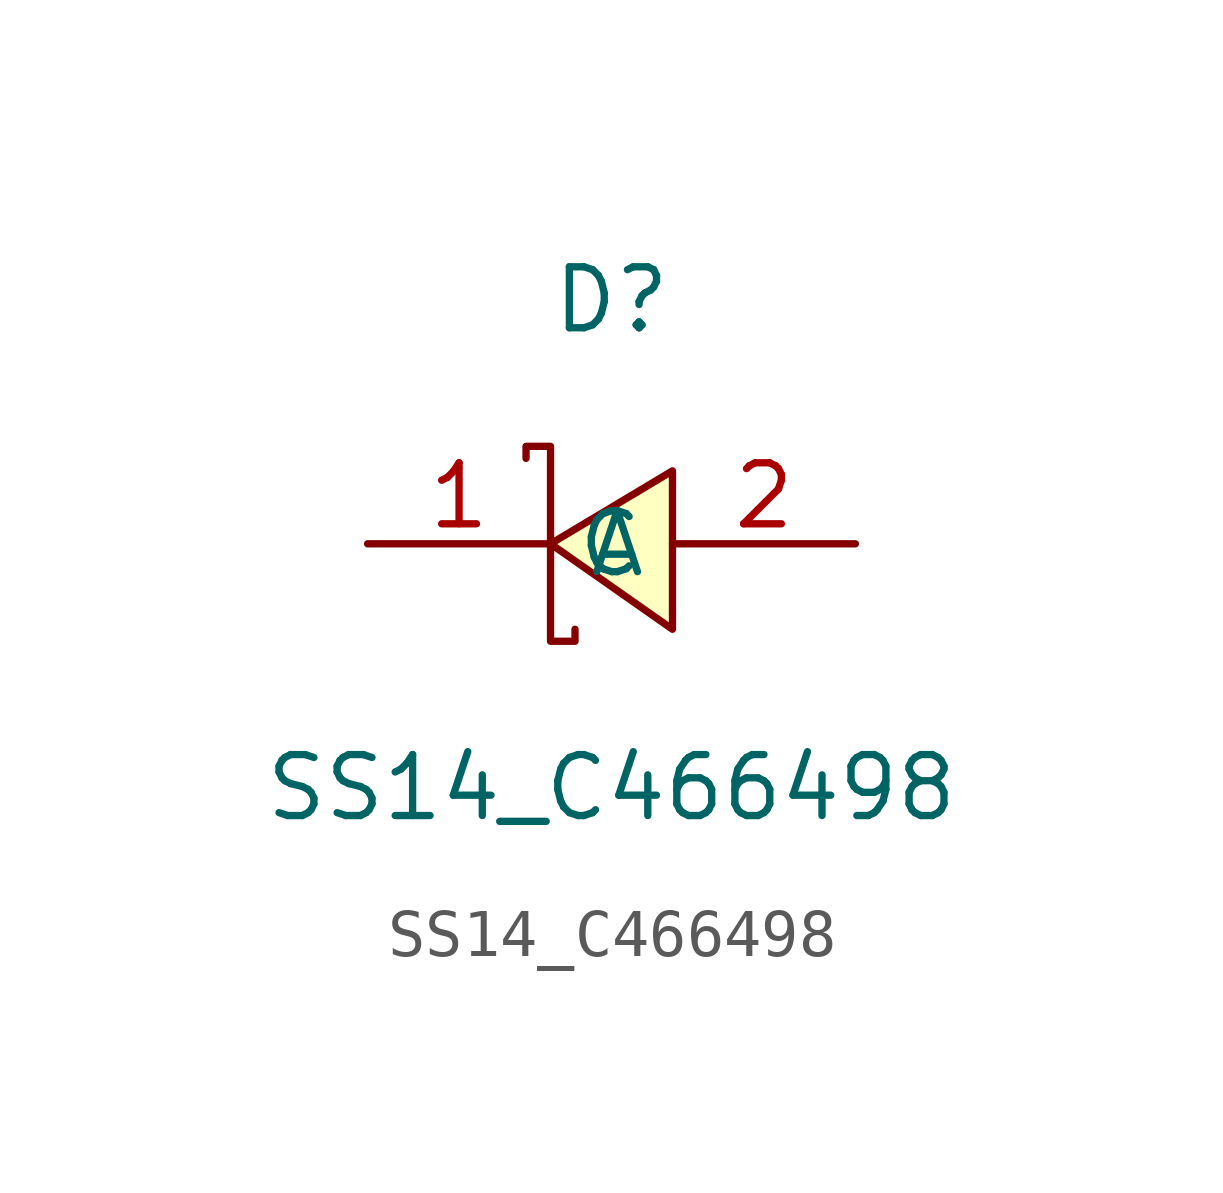
<source format=kicad_sym>
(kicad_symbol_lib
  (version 20211014)
  (generator https://github.com/uPesy/easyeda2kicad.py)
  (symbol "SS14_C466498"
    (property "Reference" "D"
      (at 0 5.08 0)
      (effects (font (size 1.27 1.27))))
    (property "Value" "SS14_C466498"
      (at 0 -5.08 0)
      (effects (font (size 1.27 1.27))))
    (symbol "SS14_C466498_0_1"
      (polyline (pts (xy 1.27 1.52) (xy -1.27 -0.00) (xy 1.27 -1.78) (xy 1.27 1.52)) (stroke (width 0) (type default) (color 0 0 0 0)) (fill (type background)))
      (polyline (pts (xy -1.78 1.78) (xy -1.78 2.03) (xy -1.27 2.03) (xy -1.27 -2.03) (xy -0.76 -2.03) (xy -0.76 -1.78)) (stroke (width 0) (type default) (color 0 0 0 0)) (fill (type none)))
      (pin unspecified line (at -5.08 -0.00 0) (length 3.81) (name "C" (effects (font (size 1.27 1.27)))) (number "1" (effects (font (size 1.27 1.27)))))
      (pin unspecified line (at 5.08 -0.00 180) (length 3.81) (name "A" (effects (font (size 1.27 1.27)))) (number "2" (effects (font (size 1.27 1.27))))))))
</source>
